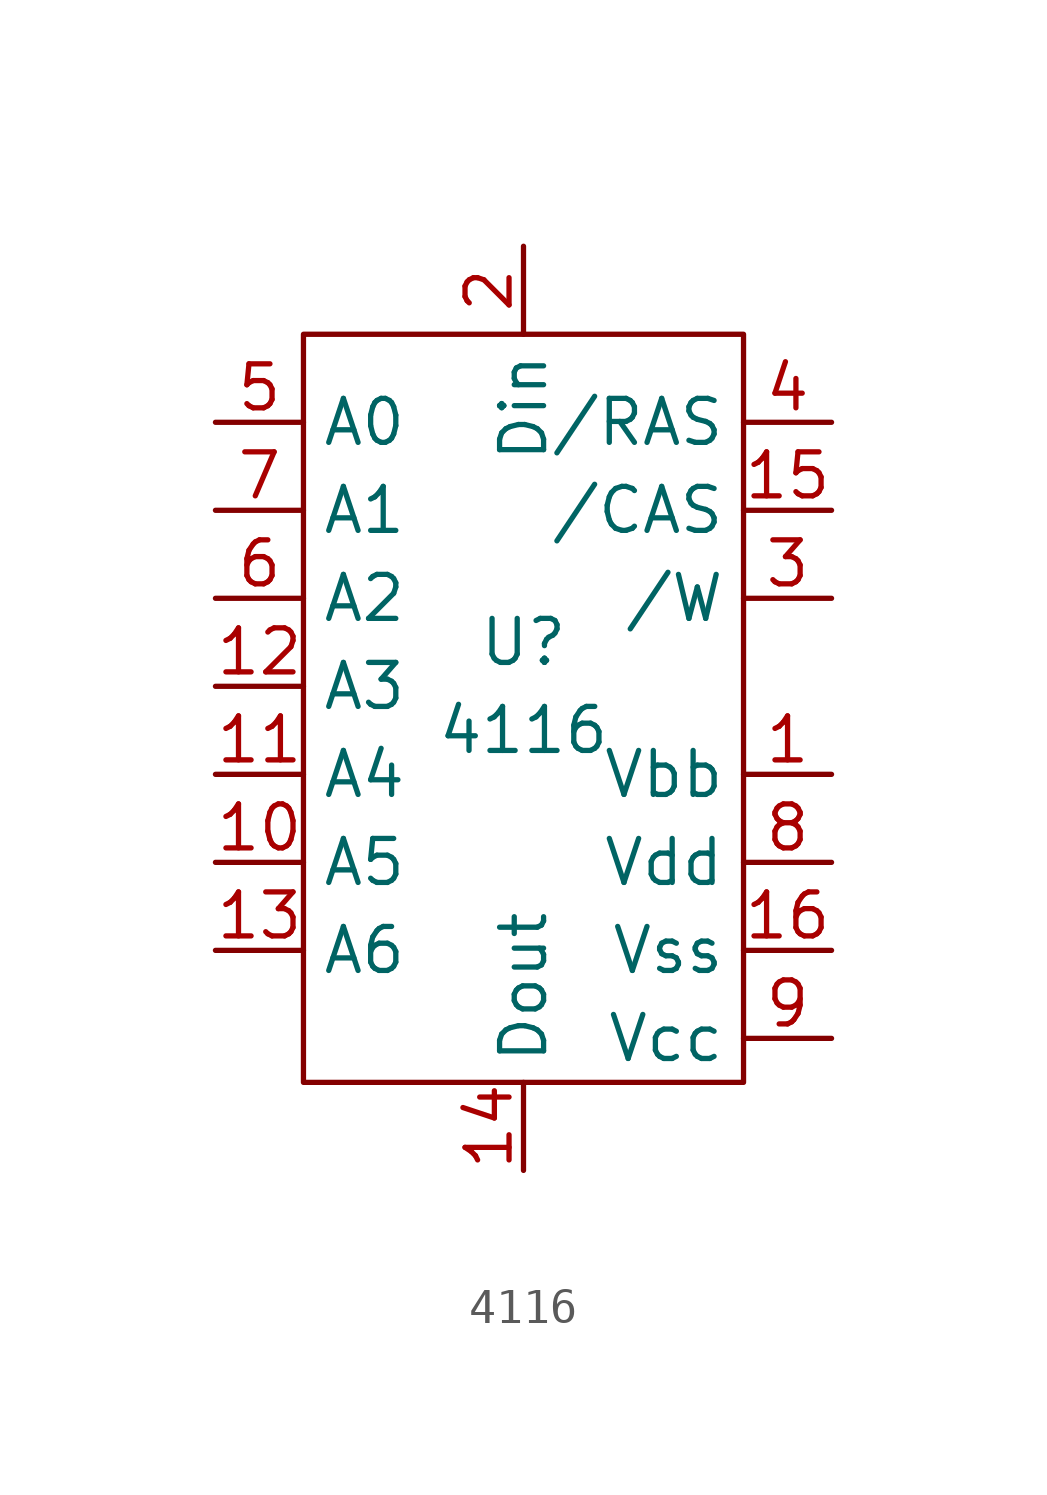
<source format=kicad_sym>
(kicad_symbol_lib
  (version 20211014)
  (generator kicad_symbol_editor)
  (symbol "4116"
    (property "Reference" "U"
      (at 0 2.54 0)
      (effects (font (size 1.27 1.27))))
    (property "Value" "4116"
      (at 0 0 0)
      (effects (font (size 1.27 1.27))))
    (symbol "4116_0_1"
      (rectangle (start -6.35 11.43) (end 6.35 -10.16) (stroke (width 0) (type default) (color 0 0 0 0)) (fill (type none))))
    (symbol "4116_1_1"
      (pin power_in line (at 8.89 -1.27 180) (length 2.54) (name "Vbb" (effects (font (size 1.27 1.27)))) (number "1" (effects (font (size 1.27 1.27)))))
      (pin input line (at -8.89 -3.81 0) (length 2.54) (name "A5" (effects (font (size 1.27 1.27)))) (number "10" (effects (font (size 1.27 1.27)))))
      (pin input line (at -8.89 -1.27 0) (length 2.54) (name "A4" (effects (font (size 1.27 1.27)))) (number "11" (effects (font (size 1.27 1.27)))))
      (pin input line (at -8.89 1.27 0) (length 2.54) (name "A3" (effects (font (size 1.27 1.27)))) (number "12" (effects (font (size 1.27 1.27)))))
      (pin input line (at -8.89 -6.35 0) (length 2.54) (name "A6" (effects (font (size 1.27 1.27)))) (number "13" (effects (font (size 1.27 1.27)))))
      (pin output line (at 0 -12.7 90) (length 2.54) (name "Dout" (effects (font (size 1.27 1.27)))) (number "14" (effects (font (size 1.27 1.27)))))
      (pin input line (at 8.89 6.35 180) (length 2.54) (name "/CAS" (effects (font (size 1.27 1.27)))) (number "15" (effects (font (size 1.27 1.27)))))
      (pin power_in line (at 8.89 -6.35 180) (length 2.54) (name "Vss" (effects (font (size 1.27 1.27)))) (number "16" (effects (font (size 1.27 1.27)))))
      (pin input line (at 0 13.97 270) (length 2.54) (name "Din" (effects (font (size 1.27 1.27)))) (number "2" (effects (font (size 1.27 1.27)))))
      (pin input line (at 8.89 3.81 180) (length 2.54) (name "/W" (effects (font (size 1.27 1.27)))) (number "3" (effects (font (size 1.27 1.27)))))
      (pin input line (at 8.89 8.89 180) (length 2.54) (name "/RAS" (effects (font (size 1.27 1.27)))) (number "4" (effects (font (size 1.27 1.27)))))
      (pin input line (at -8.89 8.89 0) (length 2.54) (name "A0" (effects (font (size 1.27 1.27)))) (number "5" (effects (font (size 1.27 1.27)))))
      (pin input line (at -8.89 3.81 0) (length 2.54) (name "A2" (effects (font (size 1.27 1.27)))) (number "6" (effects (font (size 1.27 1.27)))))
      (pin input line (at -8.89 6.35 0) (length 2.54) (name "A1" (effects (font (size 1.27 1.27)))) (number "7" (effects (font (size 1.27 1.27)))))
      (pin power_in line (at 8.89 -3.81 180) (length 2.54) (name "Vdd" (effects (font (size 1.27 1.27)))) (number "8" (effects (font (size 1.27 1.27)))))
      (pin power_in line (at 8.89 -8.89 180) (length 2.54) (name "Vcc" (effects (font (size 1.27 1.27)))) (number "9" (effects (font (size 1.27 1.27))))))))
</source>
